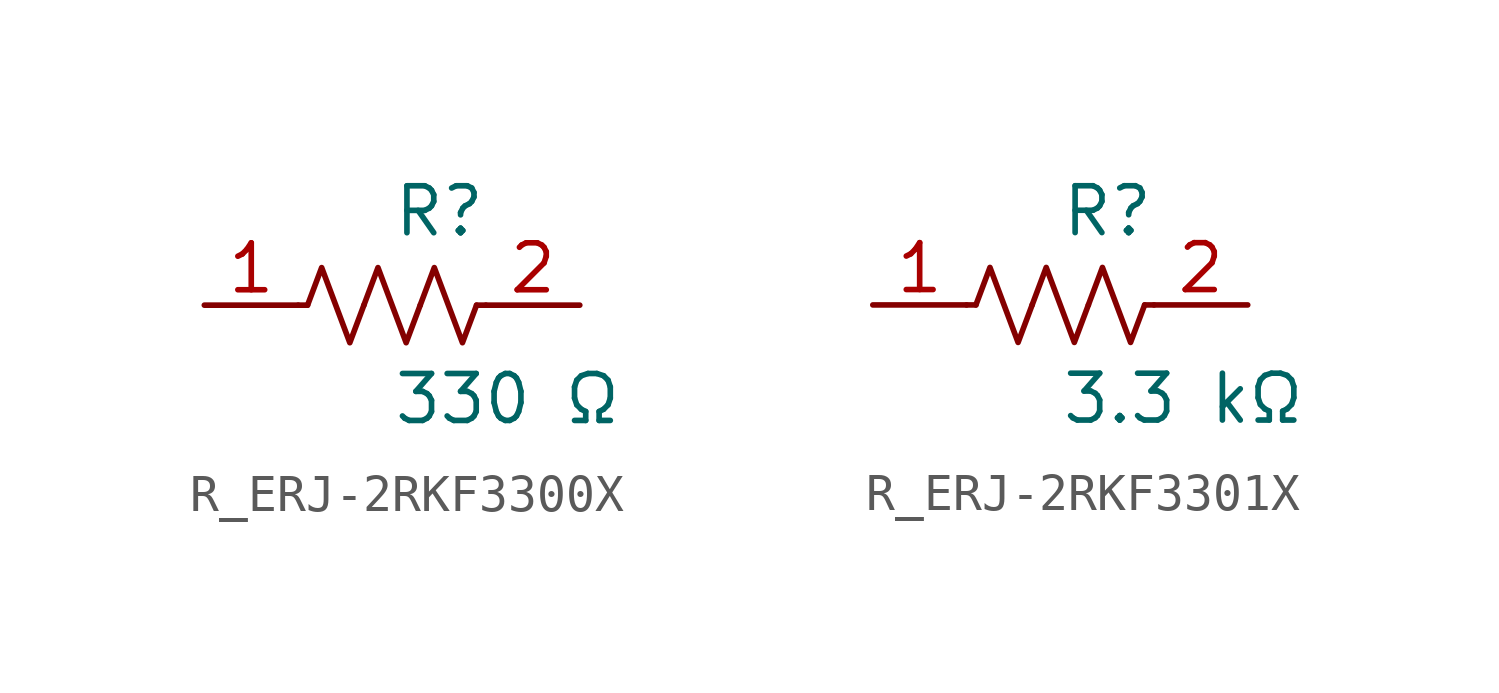
<source format=kicad_sym>
(kicad_symbol_lib
  (version 20231120)
  (generator kicad_symbol_editor)
  (generator_version 8.0)
  (symbol "R_ERJ-2RKF3300X"
    (pin_names
      (offset 0.254))
    (property "Reference" "R"
      (at 0 2.54 0)
      (effects (font (size 1.27 1.27)) (justify left)))
    (property "Value" "330 Ω"
      (at 0 -2.54 0)
      (effects (font (size 1.27 1.27)) (justify left)))
    (symbol "R_ERJ-2RKF3300X_0_1"
      (polyline (pts (xy 2.286 0) (xy 2.54 0)) (stroke (width 0) (type default)) (fill (type none)))
      (polyline (pts (xy -2.286 0) (xy -2.54 0)) (stroke (width 0) (type default)) (fill (type none)))
      (polyline (pts (xy 0.762 0) (xy 1.143 1.016) (xy 1.524 0) (xy 1.905 -1.016) (xy 2.286 0)) (stroke (width 0) (type default)) (fill (type none)))
      (polyline (pts (xy -0.762 0) (xy -0.381 1.016) (xy 0 0) (xy 0.381 -1.016) (xy 0.762 0)) (stroke (width 0) (type default)) (fill (type none)))
      (polyline (pts (xy -2.286 0) (xy -1.905 1.016) (xy -1.524 0) (xy -1.143 -1.016) (xy -0.762 0)) (stroke (width 0) (type default)) (fill (type none))))
    (pin passive line
      (at -5.08 0 0)
      (length 2.54)
      (name "" (effects (font (size 1.27 1.27))))
      (number "1" (effects (font (size 1.27 1.27)))))
    (pin passive line
      (at 5.08 0 180)
      (length 2.54)
      (name "" (effects (font (size 1.27 1.27))))
      (number "2" (effects (font (size 1.27 1.27))))))
  (symbol "R_ERJ-2RKF3301X"
    (pin_names
      (offset 0.254))
    (property "Reference" "R"
      (at 0 2.54 0)
      (effects (font (size 1.27 1.27)) (justify left)))
    (property "Value" "3.3 kΩ"
      (at 0 -2.54 0)
      (effects (font (size 1.27 1.27)) (justify left)))
    (symbol "R_ERJ-2RKF3301X_0_1"
      (polyline (pts (xy 2.286 0) (xy 2.54 0)) (stroke (width 0) (type default)) (fill (type none)))
      (polyline (pts (xy -2.286 0) (xy -2.54 0)) (stroke (width 0) (type default)) (fill (type none)))
      (polyline (pts (xy 0.762 0) (xy 1.143 1.016) (xy 1.524 0) (xy 1.905 -1.016) (xy 2.286 0)) (stroke (width 0) (type default)) (fill (type none)))
      (polyline (pts (xy -0.762 0) (xy -0.381 1.016) (xy 0 0) (xy 0.381 -1.016) (xy 0.762 0)) (stroke (width 0) (type default)) (fill (type none)))
      (polyline (pts (xy -2.286 0) (xy -1.905 1.016) (xy -1.524 0) (xy -1.143 -1.016) (xy -0.762 0)) (stroke (width 0) (type default)) (fill (type none))))
    (pin passive line
      (at -5.08 0 0)
      (length 2.54)
      (name "" (effects (font (size 1.27 1.27))))
      (number "1" (effects (font (size 1.27 1.27)))))
    (pin passive line
      (at 5.08 0 180)
      (length 2.54)
      (name "" (effects (font (size 1.27 1.27))))
      (number "2" (effects (font (size 1.27 1.27)))))))
</source>
